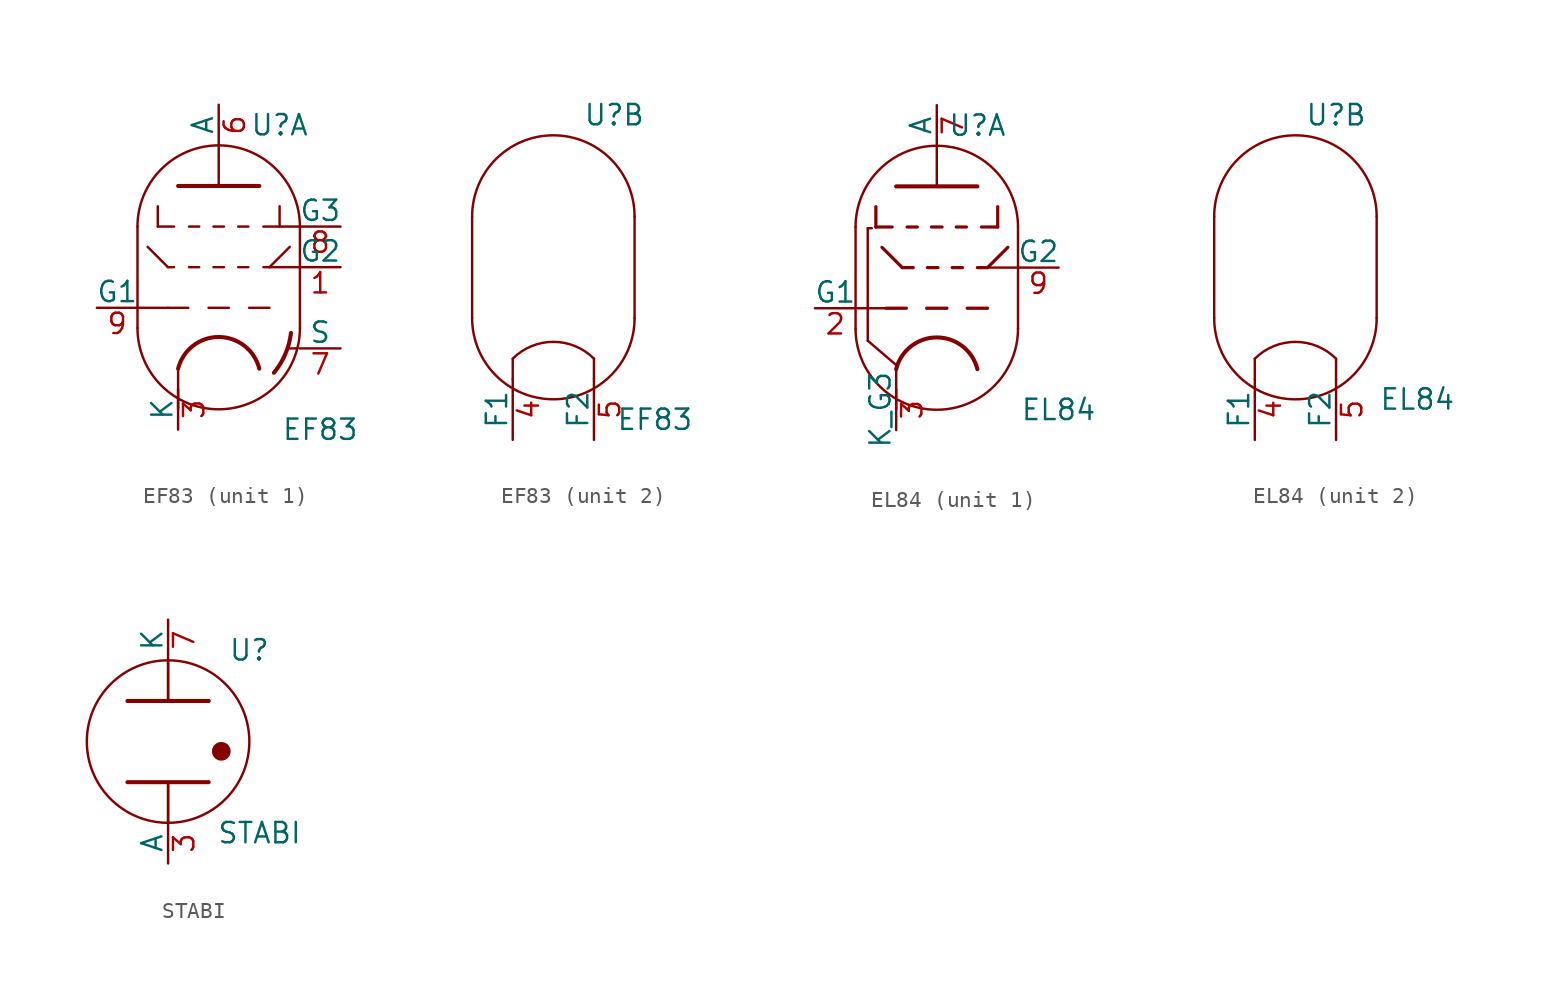
<source format=kicad_sym>
(kicad_symbol_lib
  (version 20241209)
  (generator "kicad_symbol_editor")
  (generator_version "9.0")
  (symbol "EF83"
    (pin_names
      (offset 0))
    (property "Reference" "U"
      (at 3.81 10.16 0)
      (effects (font (size 1.27 1.27))))
    (property "Value" "EF83"
      (at 6.35 -8.89 0)
      (effects (font (size 1.27 1.27))))
    (property "ki_locked" ""
      (at 0 0 0)
      (effects (font (size 1.27 1.27))))
    (symbol "EF83_0_1"
      (polyline (pts (xy -5.08 -2.54) (xy -5.08 3.81) (xy -5.08 3.81)) (stroke (width 0) (type default)) (fill (type none)))
      (arc (start -5.08 3.81) (mid 0 8.8679) (end 5.08 3.81) (stroke (width 0) (type default)) (fill (type none)))
      (arc (start 5.08 -2.54) (mid 0 -7.5979) (end -5.08 -2.54) (stroke (width 0) (type default)) (fill (type none)))
      (polyline (pts (xy 5.08 -2.54) (xy 5.08 3.81) (xy 5.08 3.81)) (stroke (width 0) (type default)) (fill (type none))))
    (symbol "EF83_1_0"
      (polyline (pts (xy -2.54 -5.08) (xy -2.54 -7.62)) (stroke (width 0) (type default)) (fill (type none)))
      (polyline (pts (xy 4.318 -3.785) (xy 4.343 -3.81)) (stroke (width 0) (type default)) (fill (type none)))
      (polyline (pts (xy 4.928 -3.81) (xy 4.343 -3.81)) (stroke (width 0) (type default)) (fill (type none))))
    (symbol "EF83_1_1"
      (polyline (pts (xy -5.08 -1.27) (xy -3.175 -1.27)) (stroke (width 0) (type default)) (fill (type none)))
      (polyline (pts (xy -4.445 2.54) (xy -3.175 1.27)) (stroke (width 0.152) (type default)) (fill (type none)))
      (polyline (pts (xy -3.81 5.08) (xy -3.81 3.81)) (stroke (width 0.152) (type default)) (fill (type none)))
      (polyline (pts (xy -3.81 3.81) (xy -2.794 3.81)) (stroke (width 0.152) (type default)) (fill (type none)))
      (polyline (pts (xy -3.175 1.27) (xy -2.794 1.27)) (stroke (width 0.152) (type default)) (fill (type none)))
      (polyline (pts (xy -2.54 6.35) (xy 2.54 6.35) (xy 2.54 6.35)) (stroke (width 0.254) (type default)) (fill (type none)))
      (polyline (pts (xy -1.905 -1.27) (xy -3.175 -1.27)) (stroke (width 0.152) (type default)) (fill (type none)))
      (polyline (pts (xy -1.854 3.81) (xy -1.219 3.81)) (stroke (width 0.152) (type default)) (fill (type none)))
      (polyline (pts (xy -1.854 1.27) (xy -1.219 1.27)) (stroke (width 0.152) (type default)) (fill (type none)))
      (polyline (pts (xy -0.635 -1.27) (xy 0.635 -1.27)) (stroke (width 0.152) (type default)) (fill (type none)))
      (polyline (pts (xy -0.33 3.81) (xy 0.33 3.81)) (stroke (width 0.152) (type default)) (fill (type none)))
      (polyline (pts (xy -0.33 1.27) (xy 0.33 1.27)) (stroke (width 0.152) (type default)) (fill (type none)))
      (arc (start 4.5212 -2.8448) (mid 4.1685 -4.1668) (end 3.4544 -5.334) (stroke (width 0.254) (type default)) (fill (type none)))
      (polyline (pts (xy 0 6.35) (xy 0 8.89)) (stroke (width 0) (type default)) (fill (type none)))
      (arc (start -2.54 -5.08) (mid 0 -3.0968) (end 2.54 -5.08) (stroke (width 0.254) (type default)) (fill (type none)))
      (polyline (pts (xy 1.219 3.81) (xy 1.854 3.81)) (stroke (width 0.152) (type default)) (fill (type none)))
      (polyline (pts (xy 1.219 1.27) (xy 1.854 1.27)) (stroke (width 0.152) (type default)) (fill (type none)))
      (polyline (pts (xy 1.905 -1.27) (xy 3.175 -1.27)) (stroke (width 0.152) (type default)) (fill (type none)))
      (polyline (pts (xy 2.794 1.27) (xy 3.175 1.27)) (stroke (width 0.152) (type default)) (fill (type none)))
      (polyline (pts (xy 3.175 1.27) (xy 5.08 1.27)) (stroke (width 0) (type default)) (fill (type none)))
      (polyline (pts (xy 3.81 5.08) (xy 3.81 3.81)) (stroke (width 0.152) (type default)) (fill (type none)))
      (polyline (pts (xy 3.81 3.81) (xy 2.794 3.81)) (stroke (width 0.152) (type default)) (fill (type none)))
      (polyline (pts (xy 3.886 3.81) (xy 5.08 3.81)) (stroke (width 0) (type default)) (fill (type none)))
      (polyline (pts (xy 4.445 2.54) (xy 3.175 1.27)) (stroke (width 0.152) (type default)) (fill (type none)))
      (pin input line (at -7.62 -1.27 0) (length 2.54) (name "G1" (effects (font (size 1.27 1.27)))) (number "9" (effects (font (size 1.27 1.27)))))
      (pin bidirectional line (at -2.54 -8.89 90) (length 2.54) (name "K" (effects (font (size 1.27 1.27)))) (number "3" (effects (font (size 1.27 1.27)))))
      (pin output line (at 0 11.43 270) (length 2.54) (name "A" (effects (font (size 1.27 1.27)))) (number "6" (effects (font (size 1.27 1.27)))))
      (pin input line (at 7.62 3.81 180) (length 2.54) (name "G3" (effects (font (size 1.27 1.27)))) (number "8" (effects (font (size 1.27 1.27)))))
      (pin input line (at 7.62 1.27 180) (length 2.54) (name "G2" (effects (font (size 1.27 1.27)))) (number "1" (effects (font (size 1.27 1.27)))))
      (pin input line (at 7.62 -3.81 180) (length 2.54) (name "S" (effects (font (size 1.27 1.27)))) (number "7" (effects (font (size 1.27 1.27))))))
    (symbol "EF83_2_1"
      (polyline (pts (xy -2.54 -5.08) (xy -2.54 -6.35) (xy -2.54 -6.35)) (stroke (width 0) (type default)) (fill (type none)))
      (arc (start -2.54 -5.08) (mid 0 -4.0279) (end 2.54 -5.08) (stroke (width 0) (type default)) (fill (type none)))
      (polyline (pts (xy 2.54 -5.08) (xy 2.54 -6.35) (xy 2.54 -6.35)) (stroke (width 0) (type default)) (fill (type none)))
      (pin power_in line (at -2.54 -10.16 90) (length 3.81) (name "F1" (effects (font (size 1.27 1.27)))) (number "4" (effects (font (size 1.27 1.27)))))
      (pin power_in line (at 2.54 -10.16 90) (length 3.81) (name "F2" (effects (font (size 1.27 1.27)))) (number "5" (effects (font (size 1.27 1.27)))))))
  (symbol "EL84"
    (pin_names
      (offset 0))
    (property "Reference" "U"
      (at 2.54 10.16 0)
      (effects (font (size 1.27 1.27))))
    (property "Value" "EL84"
      (at 7.62 -7.62 0)
      (effects (font (size 1.27 1.27))))
    (property "ki_locked" ""
      (at 0 0 0)
      (effects (font (size 1.27 1.27))))
    (symbol "EL84_0_1"
      (polyline (pts (xy -5.08 3.81) (xy -5.08 -2.54) (xy -5.08 -2.54)) (stroke (width 0) (type default)) (fill (type none)))
      (arc (start -5.08 3.81) (mid 0 8.8679) (end 5.08 3.81) (stroke (width 0) (type default)) (fill (type none)))
      (arc (start 5.08 -2.54) (mid 0 -7.5979) (end -5.08 -2.54) (stroke (width 0) (type default)) (fill (type none)))
      (polyline (pts (xy 5.08 -2.54) (xy 5.08 3.81) (xy 5.08 3.81)) (stroke (width 0) (type default)) (fill (type none))))
    (symbol "EL84_1_0"
      (polyline (pts (xy -2.54 -5.08) (xy -2.54 -7.62)) (stroke (width 0) (type default)) (fill (type none))))
    (symbol "EL84_1_1"
      (polyline (pts (xy -5.08 -1.27) (xy -3.175 -1.27)) (stroke (width 0) (type default)) (fill (type none)))
      (polyline (pts (xy -4.318 -3.302) (xy -4.318 3.734)) (stroke (width 0) (type default)) (fill (type none)))
      (polyline (pts (xy -4.318 -3.302) (xy -2.54 -4.826)) (stroke (width 0) (type default)) (fill (type none)))
      (polyline (pts (xy -4.064 3.734) (xy -4.318 3.734)) (stroke (width 0) (type default)) (fill (type none)))
      (polyline (pts (xy -3.81 5.08) (xy -3.81 3.81)) (stroke (width 0.203) (type default)) (fill (type none)))
      (polyline (pts (xy -3.81 3.81) (xy -2.794 3.81)) (stroke (width 0.203) (type default)) (fill (type none)))
      (polyline (pts (xy -3.429 2.54) (xy -2.159 1.27)) (stroke (width 0.203) (type default)) (fill (type none)))
      (polyline (pts (xy -2.54 6.35) (xy 2.54 6.35) (xy 2.54 6.35)) (stroke (width 0.254) (type default)) (fill (type none)))
      (polyline (pts (xy -2.159 1.27) (xy -1.473 1.27)) (stroke (width 0.203) (type default)) (fill (type none)))
      (polyline (pts (xy -1.905 -1.27) (xy -3.175 -1.27)) (stroke (width 0.203) (type default)) (fill (type none)))
      (polyline (pts (xy -1.854 3.81) (xy -1.219 3.81)) (stroke (width 0.203) (type default)) (fill (type none)))
      (polyline (pts (xy -0.635 -1.27) (xy 0.635 -1.27)) (stroke (width 0.203) (type default)) (fill (type none)))
      (polyline (pts (xy -0.584 1.27) (xy 0.076 1.27)) (stroke (width 0.203) (type default)) (fill (type none)))
      (polyline (pts (xy -0.33 3.81) (xy 0.33 3.81)) (stroke (width 0.203) (type default)) (fill (type none)))
      (polyline (pts (xy 0 6.35) (xy 0 8.89)) (stroke (width 0) (type default)) (fill (type none)))
      (arc (start -2.54 -5.08) (mid 0 -3.0968) (end 2.54 -5.08) (stroke (width 0.254) (type default)) (fill (type none)))
      (polyline (pts (xy 0.965 1.27) (xy 1.6 1.27)) (stroke (width 0.203) (type default)) (fill (type none)))
      (polyline (pts (xy 1.219 3.81) (xy 1.854 3.81)) (stroke (width 0.203) (type default)) (fill (type none)))
      (polyline (pts (xy 1.905 -1.27) (xy 3.175 -1.27)) (stroke (width 0.203) (type default)) (fill (type none)))
      (polyline (pts (xy 2.54 1.27) (xy 3.175 1.27)) (stroke (width 0.203) (type default)) (fill (type none)))
      (polyline (pts (xy 3.175 1.27) (xy 5.08 1.27)) (stroke (width 0) (type default)) (fill (type none)))
      (polyline (pts (xy 3.81 5.08) (xy 3.81 3.81)) (stroke (width 0.203) (type default)) (fill (type none)))
      (polyline (pts (xy 3.81 3.81) (xy 2.794 3.81)) (stroke (width 0.203) (type default)) (fill (type none)))
      (polyline (pts (xy 4.445 2.54) (xy 3.175 1.27)) (stroke (width 0.203) (type default)) (fill (type none)))
      (pin input line (at -7.62 -1.27 0) (length 2.54) (name "G1" (effects (font (size 1.27 1.27)))) (number "2" (effects (font (size 1.27 1.27)))))
      (pin bidirectional line (at -2.54 -8.89 90) (length 2.54) (name "K_G3" (effects (font (size 1.27 1.27)))) (number "3" (effects (font (size 1.27 1.27)))))
      (pin output line (at 0 11.43 270) (length 2.54) (name "A" (effects (font (size 1.27 1.27)))) (number "7" (effects (font (size 1.27 1.27)))))
      (pin input line (at 7.62 1.27 180) (length 2.54) (name "G2" (effects (font (size 1.27 1.27)))) (number "9" (effects (font (size 1.27 1.27))))))
    (symbol "EL84_2_1"
      (polyline (pts (xy -2.54 -5.08) (xy -2.54 -6.35) (xy -2.54 -6.35)) (stroke (width 0) (type default)) (fill (type none)))
      (arc (start -2.54 -5.08) (mid 0 -4.0279) (end 2.54 -5.08) (stroke (width 0) (type default)) (fill (type none)))
      (polyline (pts (xy 2.54 -6.35) (xy 2.54 -5.08) (xy 2.54 -5.08)) (stroke (width 0) (type default)) (fill (type none)))
      (pin power_in line (at -2.54 -10.16 90) (length 3.81) (name "F1" (effects (font (size 1.27 1.27)))) (number "4" (effects (font (size 1.27 1.27)))))
      (pin power_in line (at 2.54 -10.16 90) (length 3.81) (name "F2" (effects (font (size 1.27 1.27)))) (number "5" (effects (font (size 1.27 1.27)))))))
  (symbol "STABI"
    (pin_names
      (offset 0))
    (property "Reference" "U"
      (at 5.08 5.715 0)
      (effects (font (size 1.27 1.27))))
    (property "Value" "STABI"
      (at 5.715 -5.715 0)
      (effects (font (size 1.27 1.27))))
    (symbol "STABI_1_0"
      (polyline (pts (xy 0 5.08) (xy 0 2.54)) (stroke (width 0) (type default)) (fill (type none)))
      (polyline (pts (xy 0 -2.54) (xy 0 -5.08)) (stroke (width 0) (type default)) (fill (type none))))
    (symbol "STABI_1_1"
      (polyline (pts (xy -2.54 2.54) (xy 2.54 2.54) (xy 2.54 2.54) (xy 2.54 2.54)) (stroke (width 0.254) (type default)) (fill (type none)))
      (polyline (pts (xy -2.54 -2.54) (xy 2.54 -2.54) (xy 2.54 -2.54)) (stroke (width 0.254) (type default)) (fill (type none)))
      (polyline (pts (xy 0 5.08) (xy 0 2.54)) (stroke (width 0.152) (type default)) (fill (type none)))
      (circle (center 0 0) (radius 5.08) (stroke (width 0.152) (type default)) (fill (type none)))
      (polyline (pts (xy 0 -2.54) (xy 0 -5.08)) (stroke (width 0.152) (type default)) (fill (type none)))
      (circle (center 3.327 -0.61) (radius 0.508) (stroke (width 0) (type default)) (fill (type outline)))
      (pin passive line (at 0 7.62 270) (length 2.54) (name "K" (effects (font (size 1.27 1.27)))) (number "7" (effects (font (size 1.27 1.27)))))
      (pin passive line (at 0 -7.62 90) (length 2.54) (name "A" (effects (font (size 1.27 1.27)))) (number "3" (effects (font (size 1.27 1.27))))))))
</source>
